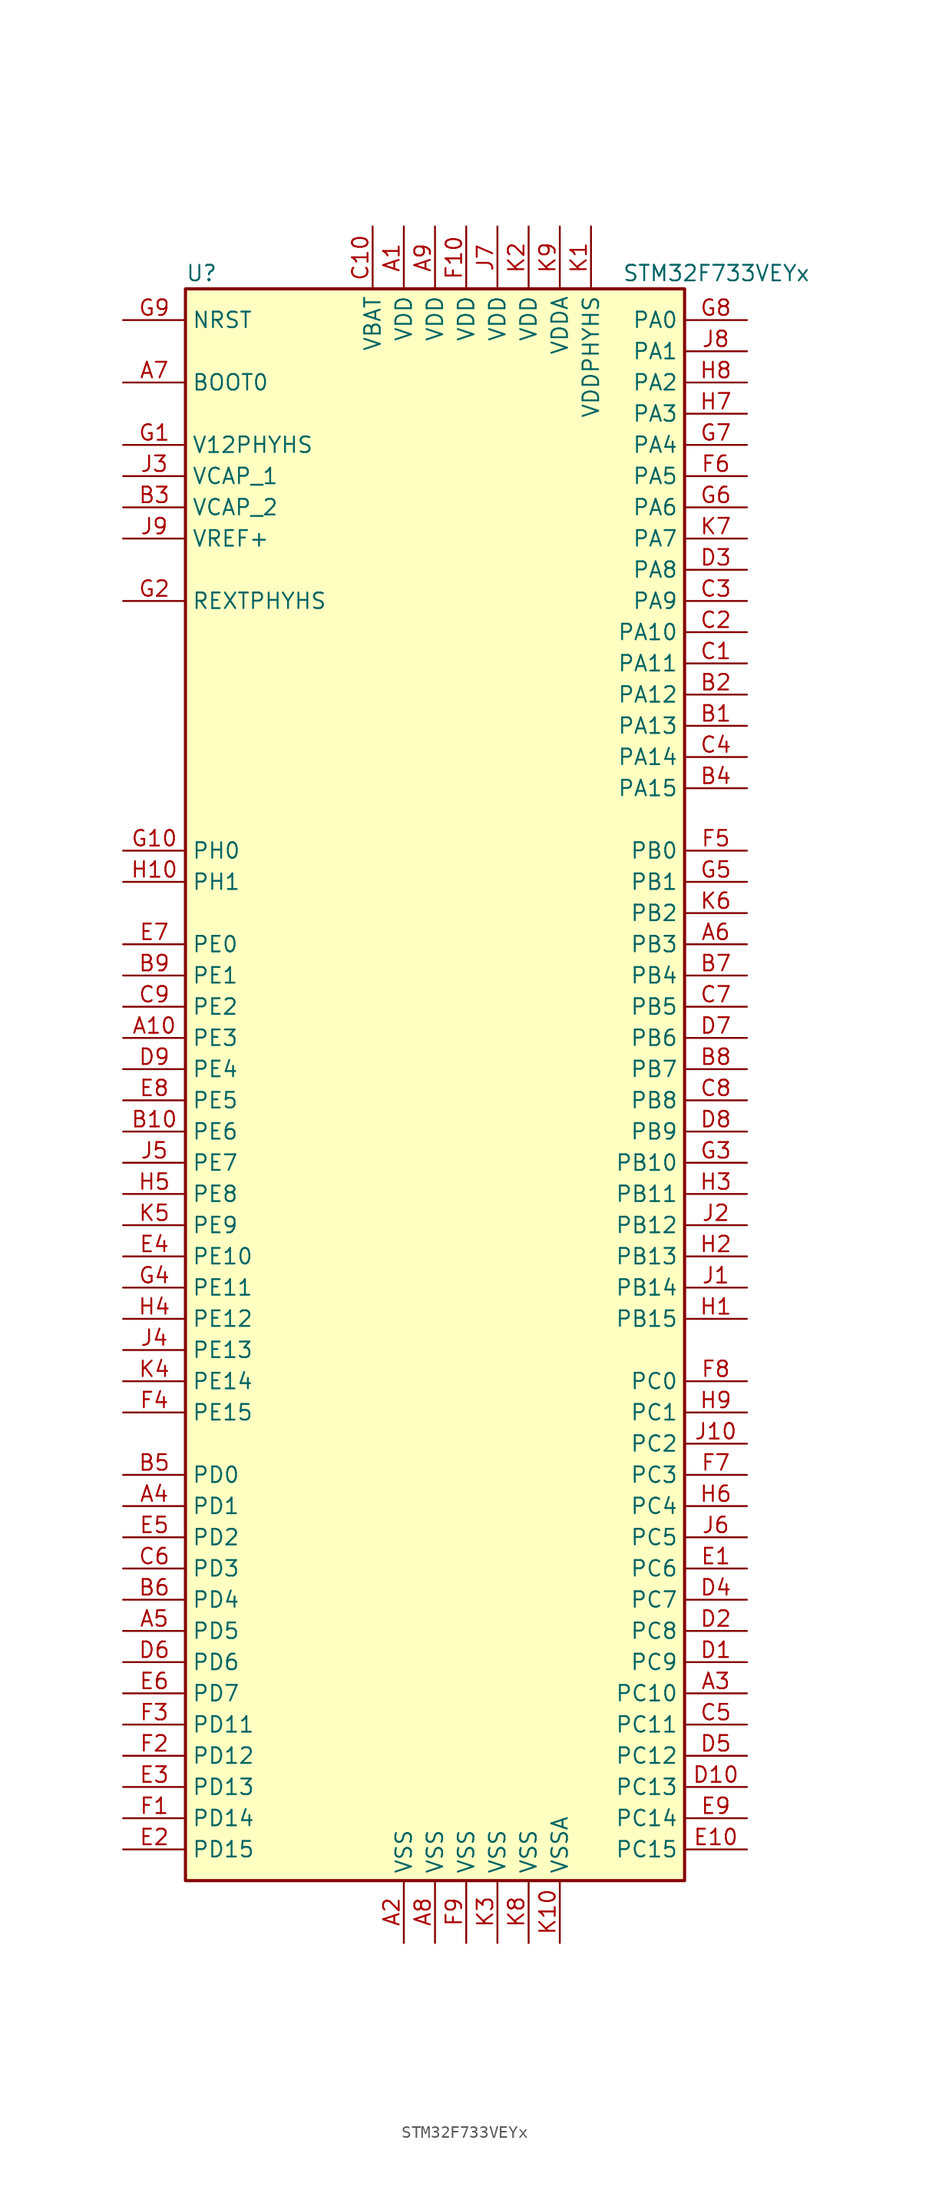
<source format=kicad_sym>
(kicad_symbol_lib
  (version 20220914)
  (generator kicad_symbol_editor)
  (symbol "STM32F733VEYx"
    (property "Reference" "U"
      (at -20.32 64.77 0)
      (effects (font (size 1.27 1.27)) (justify left)))
    (property "Value" "STM32F733VEYx"
      (at 15.24 64.77 0)
      (effects (font (size 1.27 1.27)) (justify left)))
    (symbol "STM32F733VEYx_0_1"
      (rectangle (start -20.32 -66.04) (end 20.32 63.5) (stroke (width 0.254) (type default)) (fill (type background))))
    (symbol "STM32F733VEYx_1_1"
      (pin power_in line (at -2.54 68.58 270) (length 5.08) (name "VDD" (effects (font (size 1.27 1.27)))) (number "A1" (effects (font (size 1.27 1.27)))))
      (pin bidirectional line (at -25.4 2.54 0) (length 5.08) (name "PE3" (effects (font (size 1.27 1.27)))) (number "A10" (effects (font (size 1.27 1.27)))))
      (pin power_in line (at -2.54 -71.12 90) (length 5.08) (name "VSS" (effects (font (size 1.27 1.27)))) (number "A2" (effects (font (size 1.27 1.27)))))
      (pin bidirectional line (at 25.4 -50.8 180) (length 5.08) (name "PC10" (effects (font (size 1.27 1.27)))) (number "A3" (effects (font (size 1.27 1.27)))))
      (pin bidirectional line (at -25.4 -35.56 0) (length 5.08) (name "PD1" (effects (font (size 1.27 1.27)))) (number "A4" (effects (font (size 1.27 1.27)))))
      (pin bidirectional line (at -25.4 -45.72 0) (length 5.08) (name "PD5" (effects (font (size 1.27 1.27)))) (number "A5" (effects (font (size 1.27 1.27)))))
      (pin bidirectional line (at 25.4 10.16 180) (length 5.08) (name "PB3" (effects (font (size 1.27 1.27)))) (number "A6" (effects (font (size 1.27 1.27)))))
      (pin input line (at -25.4 55.88 0) (length 5.08) (name "BOOT0" (effects (font (size 1.27 1.27)))) (number "A7" (effects (font (size 1.27 1.27)))))
      (pin power_in line (at 0 -71.12 90) (length 5.08) (name "VSS" (effects (font (size 1.27 1.27)))) (number "A8" (effects (font (size 1.27 1.27)))))
      (pin power_in line (at 0 68.58 270) (length 5.08) (name "VDD" (effects (font (size 1.27 1.27)))) (number "A9" (effects (font (size 1.27 1.27)))))
      (pin bidirectional line (at 25.4 27.94 180) (length 5.08) (name "PA13" (effects (font (size 1.27 1.27)))) (number "B1" (effects (font (size 1.27 1.27)))))
      (pin bidirectional line (at -25.4 -5.08 0) (length 5.08) (name "PE6" (effects (font (size 1.27 1.27)))) (number "B10" (effects (font (size 1.27 1.27)))))
      (pin bidirectional line (at 25.4 30.48 180) (length 5.08) (name "PA12" (effects (font (size 1.27 1.27)))) (number "B2" (effects (font (size 1.27 1.27)))))
      (pin power_in line (at -25.4 45.72 0) (length 5.08) (name "VCAP_2" (effects (font (size 1.27 1.27)))) (number "B3" (effects (font (size 1.27 1.27)))))
      (pin bidirectional line (at 25.4 22.86 180) (length 5.08) (name "PA15" (effects (font (size 1.27 1.27)))) (number "B4" (effects (font (size 1.27 1.27)))))
      (pin bidirectional line (at -25.4 -33.02 0) (length 5.08) (name "PD0" (effects (font (size 1.27 1.27)))) (number "B5" (effects (font (size 1.27 1.27)))))
      (pin bidirectional line (at -25.4 -43.18 0) (length 5.08) (name "PD4" (effects (font (size 1.27 1.27)))) (number "B6" (effects (font (size 1.27 1.27)))))
      (pin bidirectional line (at 25.4 7.62 180) (length 5.08) (name "PB4" (effects (font (size 1.27 1.27)))) (number "B7" (effects (font (size 1.27 1.27)))))
      (pin bidirectional line (at 25.4 0 180) (length 5.08) (name "PB7" (effects (font (size 1.27 1.27)))) (number "B8" (effects (font (size 1.27 1.27)))))
      (pin bidirectional line (at -25.4 7.62 0) (length 5.08) (name "PE1" (effects (font (size 1.27 1.27)))) (number "B9" (effects (font (size 1.27 1.27)))))
      (pin bidirectional line (at 25.4 33.02 180) (length 5.08) (name "PA11" (effects (font (size 1.27 1.27)))) (number "C1" (effects (font (size 1.27 1.27)))))
      (pin power_in line (at -5.08 68.58 270) (length 5.08) (name "VBAT" (effects (font (size 1.27 1.27)))) (number "C10" (effects (font (size 1.27 1.27)))))
      (pin bidirectional line (at 25.4 35.56 180) (length 5.08) (name "PA10" (effects (font (size 1.27 1.27)))) (number "C2" (effects (font (size 1.27 1.27)))))
      (pin bidirectional line (at 25.4 38.1 180) (length 5.08) (name "PA9" (effects (font (size 1.27 1.27)))) (number "C3" (effects (font (size 1.27 1.27)))))
      (pin bidirectional line (at 25.4 25.4 180) (length 5.08) (name "PA14" (effects (font (size 1.27 1.27)))) (number "C4" (effects (font (size 1.27 1.27)))))
      (pin bidirectional line (at 25.4 -53.34 180) (length 5.08) (name "PC11" (effects (font (size 1.27 1.27)))) (number "C5" (effects (font (size 1.27 1.27)))))
      (pin bidirectional line (at -25.4 -40.64 0) (length 5.08) (name "PD3" (effects (font (size 1.27 1.27)))) (number "C6" (effects (font (size 1.27 1.27)))))
      (pin bidirectional line (at 25.4 5.08 180) (length 5.08) (name "PB5" (effects (font (size 1.27 1.27)))) (number "C7" (effects (font (size 1.27 1.27)))))
      (pin bidirectional line (at 25.4 -2.54 180) (length 5.08) (name "PB8" (effects (font (size 1.27 1.27)))) (number "C8" (effects (font (size 1.27 1.27)))))
      (pin bidirectional line (at -25.4 5.08 0) (length 5.08) (name "PE2" (effects (font (size 1.27 1.27)))) (number "C9" (effects (font (size 1.27 1.27)))))
      (pin bidirectional line (at 25.4 -48.26 180) (length 5.08) (name "PC9" (effects (font (size 1.27 1.27)))) (number "D1" (effects (font (size 1.27 1.27)))))
      (pin bidirectional line (at 25.4 -58.42 180) (length 5.08) (name "PC13" (effects (font (size 1.27 1.27)))) (number "D10" (effects (font (size 1.27 1.27)))))
      (pin bidirectional line (at 25.4 -45.72 180) (length 5.08) (name "PC8" (effects (font (size 1.27 1.27)))) (number "D2" (effects (font (size 1.27 1.27)))))
      (pin bidirectional line (at 25.4 40.64 180) (length 5.08) (name "PA8" (effects (font (size 1.27 1.27)))) (number "D3" (effects (font (size 1.27 1.27)))))
      (pin bidirectional line (at 25.4 -43.18 180) (length 5.08) (name "PC7" (effects (font (size 1.27 1.27)))) (number "D4" (effects (font (size 1.27 1.27)))))
      (pin bidirectional line (at 25.4 -55.88 180) (length 5.08) (name "PC12" (effects (font (size 1.27 1.27)))) (number "D5" (effects (font (size 1.27 1.27)))))
      (pin bidirectional line (at -25.4 -48.26 0) (length 5.08) (name "PD6" (effects (font (size 1.27 1.27)))) (number "D6" (effects (font (size 1.27 1.27)))))
      (pin bidirectional line (at 25.4 2.54 180) (length 5.08) (name "PB6" (effects (font (size 1.27 1.27)))) (number "D7" (effects (font (size 1.27 1.27)))))
      (pin bidirectional line (at 25.4 -5.08 180) (length 5.08) (name "PB9" (effects (font (size 1.27 1.27)))) (number "D8" (effects (font (size 1.27 1.27)))))
      (pin bidirectional line (at -25.4 0 0) (length 5.08) (name "PE4" (effects (font (size 1.27 1.27)))) (number "D9" (effects (font (size 1.27 1.27)))))
      (pin bidirectional line (at 25.4 -40.64 180) (length 5.08) (name "PC6" (effects (font (size 1.27 1.27)))) (number "E1" (effects (font (size 1.27 1.27)))))
      (pin bidirectional line (at 25.4 -63.5 180) (length 5.08) (name "PC15" (effects (font (size 1.27 1.27)))) (number "E10" (effects (font (size 1.27 1.27)))))
      (pin bidirectional line (at -25.4 -63.5 0) (length 5.08) (name "PD15" (effects (font (size 1.27 1.27)))) (number "E2" (effects (font (size 1.27 1.27)))))
      (pin bidirectional line (at -25.4 -58.42 0) (length 5.08) (name "PD13" (effects (font (size 1.27 1.27)))) (number "E3" (effects (font (size 1.27 1.27)))))
      (pin bidirectional line (at -25.4 -15.24 0) (length 5.08) (name "PE10" (effects (font (size 1.27 1.27)))) (number "E4" (effects (font (size 1.27 1.27)))))
      (pin bidirectional line (at -25.4 -38.1 0) (length 5.08) (name "PD2" (effects (font (size 1.27 1.27)))) (number "E5" (effects (font (size 1.27 1.27)))))
      (pin bidirectional line (at -25.4 -50.8 0) (length 5.08) (name "PD7" (effects (font (size 1.27 1.27)))) (number "E6" (effects (font (size 1.27 1.27)))))
      (pin bidirectional line (at -25.4 10.16 0) (length 5.08) (name "PE0" (effects (font (size 1.27 1.27)))) (number "E7" (effects (font (size 1.27 1.27)))))
      (pin bidirectional line (at -25.4 -2.54 0) (length 5.08) (name "PE5" (effects (font (size 1.27 1.27)))) (number "E8" (effects (font (size 1.27 1.27)))))
      (pin bidirectional line (at 25.4 -60.96 180) (length 5.08) (name "PC14" (effects (font (size 1.27 1.27)))) (number "E9" (effects (font (size 1.27 1.27)))))
      (pin bidirectional line (at -25.4 -60.96 0) (length 5.08) (name "PD14" (effects (font (size 1.27 1.27)))) (number "F1" (effects (font (size 1.27 1.27)))))
      (pin power_in line (at 2.54 68.58 270) (length 5.08) (name "VDD" (effects (font (size 1.27 1.27)))) (number "F10" (effects (font (size 1.27 1.27)))))
      (pin bidirectional line (at -25.4 -55.88 0) (length 5.08) (name "PD12" (effects (font (size 1.27 1.27)))) (number "F2" (effects (font (size 1.27 1.27)))))
      (pin bidirectional line (at -25.4 -53.34 0) (length 5.08) (name "PD11" (effects (font (size 1.27 1.27)))) (number "F3" (effects (font (size 1.27 1.27)))))
      (pin bidirectional line (at -25.4 -27.94 0) (length 5.08) (name "PE15" (effects (font (size 1.27 1.27)))) (number "F4" (effects (font (size 1.27 1.27)))))
      (pin bidirectional line (at 25.4 17.78 180) (length 5.08) (name "PB0" (effects (font (size 1.27 1.27)))) (number "F5" (effects (font (size 1.27 1.27)))))
      (pin bidirectional line (at 25.4 48.26 180) (length 5.08) (name "PA5" (effects (font (size 1.27 1.27)))) (number "F6" (effects (font (size 1.27 1.27)))))
      (pin bidirectional line (at 25.4 -33.02 180) (length 5.08) (name "PC3" (effects (font (size 1.27 1.27)))) (number "F7" (effects (font (size 1.27 1.27)))))
      (pin bidirectional line (at 25.4 -25.4 180) (length 5.08) (name "PC0" (effects (font (size 1.27 1.27)))) (number "F8" (effects (font (size 1.27 1.27)))))
      (pin power_in line (at 2.54 -71.12 90) (length 5.08) (name "VSS" (effects (font (size 1.27 1.27)))) (number "F9" (effects (font (size 1.27 1.27)))))
      (pin power_in line (at -25.4 50.8 0) (length 5.08) (name "V12PHYHS" (effects (font (size 1.27 1.27)))) (number "G1" (effects (font (size 1.27 1.27)))))
      (pin input line (at -25.4 17.78 0) (length 5.08) (name "PH0" (effects (font (size 1.27 1.27)))) (number "G10" (effects (font (size 1.27 1.27)))))
      (pin bidirectional line (at -25.4 38.1 0) (length 5.08) (name "REXTPHYHS" (effects (font (size 1.27 1.27)))) (number "G2" (effects (font (size 1.27 1.27)))))
      (pin bidirectional line (at 25.4 -7.62 180) (length 5.08) (name "PB10" (effects (font (size 1.27 1.27)))) (number "G3" (effects (font (size 1.27 1.27)))))
      (pin bidirectional line (at -25.4 -17.78 0) (length 5.08) (name "PE11" (effects (font (size 1.27 1.27)))) (number "G4" (effects (font (size 1.27 1.27)))))
      (pin bidirectional line (at 25.4 15.24 180) (length 5.08) (name "PB1" (effects (font (size 1.27 1.27)))) (number "G5" (effects (font (size 1.27 1.27)))))
      (pin bidirectional line (at 25.4 45.72 180) (length 5.08) (name "PA6" (effects (font (size 1.27 1.27)))) (number "G6" (effects (font (size 1.27 1.27)))))
      (pin bidirectional line (at 25.4 50.8 180) (length 5.08) (name "PA4" (effects (font (size 1.27 1.27)))) (number "G7" (effects (font (size 1.27 1.27)))))
      (pin bidirectional line (at 25.4 60.96 180) (length 5.08) (name "PA0" (effects (font (size 1.27 1.27)))) (number "G8" (effects (font (size 1.27 1.27)))))
      (pin input line (at -25.4 60.96 0) (length 5.08) (name "NRST" (effects (font (size 1.27 1.27)))) (number "G9" (effects (font (size 1.27 1.27)))))
      (pin bidirectional line (at 25.4 -20.32 180) (length 5.08) (name "PB15" (effects (font (size 1.27 1.27)))) (number "H1" (effects (font (size 1.27 1.27)))))
      (pin input line (at -25.4 15.24 0) (length 5.08) (name "PH1" (effects (font (size 1.27 1.27)))) (number "H10" (effects (font (size 1.27 1.27)))))
      (pin bidirectional line (at 25.4 -15.24 180) (length 5.08) (name "PB13" (effects (font (size 1.27 1.27)))) (number "H2" (effects (font (size 1.27 1.27)))))
      (pin bidirectional line (at 25.4 -10.16 180) (length 5.08) (name "PB11" (effects (font (size 1.27 1.27)))) (number "H3" (effects (font (size 1.27 1.27)))))
      (pin bidirectional line (at -25.4 -20.32 0) (length 5.08) (name "PE12" (effects (font (size 1.27 1.27)))) (number "H4" (effects (font (size 1.27 1.27)))))
      (pin bidirectional line (at -25.4 -10.16 0) (length 5.08) (name "PE8" (effects (font (size 1.27 1.27)))) (number "H5" (effects (font (size 1.27 1.27)))))
      (pin bidirectional line (at 25.4 -35.56 180) (length 5.08) (name "PC4" (effects (font (size 1.27 1.27)))) (number "H6" (effects (font (size 1.27 1.27)))))
      (pin bidirectional line (at 25.4 53.34 180) (length 5.08) (name "PA3" (effects (font (size 1.27 1.27)))) (number "H7" (effects (font (size 1.27 1.27)))))
      (pin bidirectional line (at 25.4 55.88 180) (length 5.08) (name "PA2" (effects (font (size 1.27 1.27)))) (number "H8" (effects (font (size 1.27 1.27)))))
      (pin bidirectional line (at 25.4 -27.94 180) (length 5.08) (name "PC1" (effects (font (size 1.27 1.27)))) (number "H9" (effects (font (size 1.27 1.27)))))
      (pin bidirectional line (at 25.4 -17.78 180) (length 5.08) (name "PB14" (effects (font (size 1.27 1.27)))) (number "J1" (effects (font (size 1.27 1.27)))))
      (pin bidirectional line (at 25.4 -30.48 180) (length 5.08) (name "PC2" (effects (font (size 1.27 1.27)))) (number "J10" (effects (font (size 1.27 1.27)))))
      (pin bidirectional line (at 25.4 -12.7 180) (length 5.08) (name "PB12" (effects (font (size 1.27 1.27)))) (number "J2" (effects (font (size 1.27 1.27)))))
      (pin power_in line (at -25.4 48.26 0) (length 5.08) (name "VCAP_1" (effects (font (size 1.27 1.27)))) (number "J3" (effects (font (size 1.27 1.27)))))
      (pin bidirectional line (at -25.4 -22.86 0) (length 5.08) (name "PE13" (effects (font (size 1.27 1.27)))) (number "J4" (effects (font (size 1.27 1.27)))))
      (pin bidirectional line (at -25.4 -7.62 0) (length 5.08) (name "PE7" (effects (font (size 1.27 1.27)))) (number "J5" (effects (font (size 1.27 1.27)))))
      (pin bidirectional line (at 25.4 -38.1 180) (length 5.08) (name "PC5" (effects (font (size 1.27 1.27)))) (number "J6" (effects (font (size 1.27 1.27)))))
      (pin power_in line (at 5.08 68.58 270) (length 5.08) (name "VDD" (effects (font (size 1.27 1.27)))) (number "J7" (effects (font (size 1.27 1.27)))))
      (pin bidirectional line (at 25.4 58.42 180) (length 5.08) (name "PA1" (effects (font (size 1.27 1.27)))) (number "J8" (effects (font (size 1.27 1.27)))))
      (pin power_in line (at -25.4 43.18 0) (length 5.08) (name "VREF+" (effects (font (size 1.27 1.27)))) (number "J9" (effects (font (size 1.27 1.27)))))
      (pin power_in line (at 12.7 68.58 270) (length 5.08) (name "VDDPHYHS" (effects (font (size 1.27 1.27)))) (number "K1" (effects (font (size 1.27 1.27)))))
      (pin power_in line (at 10.16 -71.12 90) (length 5.08) (name "VSSA" (effects (font (size 1.27 1.27)))) (number "K10" (effects (font (size 1.27 1.27)))))
      (pin power_in line (at 7.62 68.58 270) (length 5.08) (name "VDD" (effects (font (size 1.27 1.27)))) (number "K2" (effects (font (size 1.27 1.27)))))
      (pin power_in line (at 5.08 -71.12 90) (length 5.08) (name "VSS" (effects (font (size 1.27 1.27)))) (number "K3" (effects (font (size 1.27 1.27)))))
      (pin bidirectional line (at -25.4 -25.4 0) (length 5.08) (name "PE14" (effects (font (size 1.27 1.27)))) (number "K4" (effects (font (size 1.27 1.27)))))
      (pin bidirectional line (at -25.4 -12.7 0) (length 5.08) (name "PE9" (effects (font (size 1.27 1.27)))) (number "K5" (effects (font (size 1.27 1.27)))))
      (pin bidirectional line (at 25.4 12.7 180) (length 5.08) (name "PB2" (effects (font (size 1.27 1.27)))) (number "K6" (effects (font (size 1.27 1.27)))))
      (pin bidirectional line (at 25.4 43.18 180) (length 5.08) (name "PA7" (effects (font (size 1.27 1.27)))) (number "K7" (effects (font (size 1.27 1.27)))))
      (pin power_in line (at 7.62 -71.12 90) (length 5.08) (name "VSS" (effects (font (size 1.27 1.27)))) (number "K8" (effects (font (size 1.27 1.27)))))
      (pin power_in line (at 10.16 68.58 270) (length 5.08) (name "VDDA" (effects (font (size 1.27 1.27)))) (number "K9" (effects (font (size 1.27 1.27))))))))
</source>
